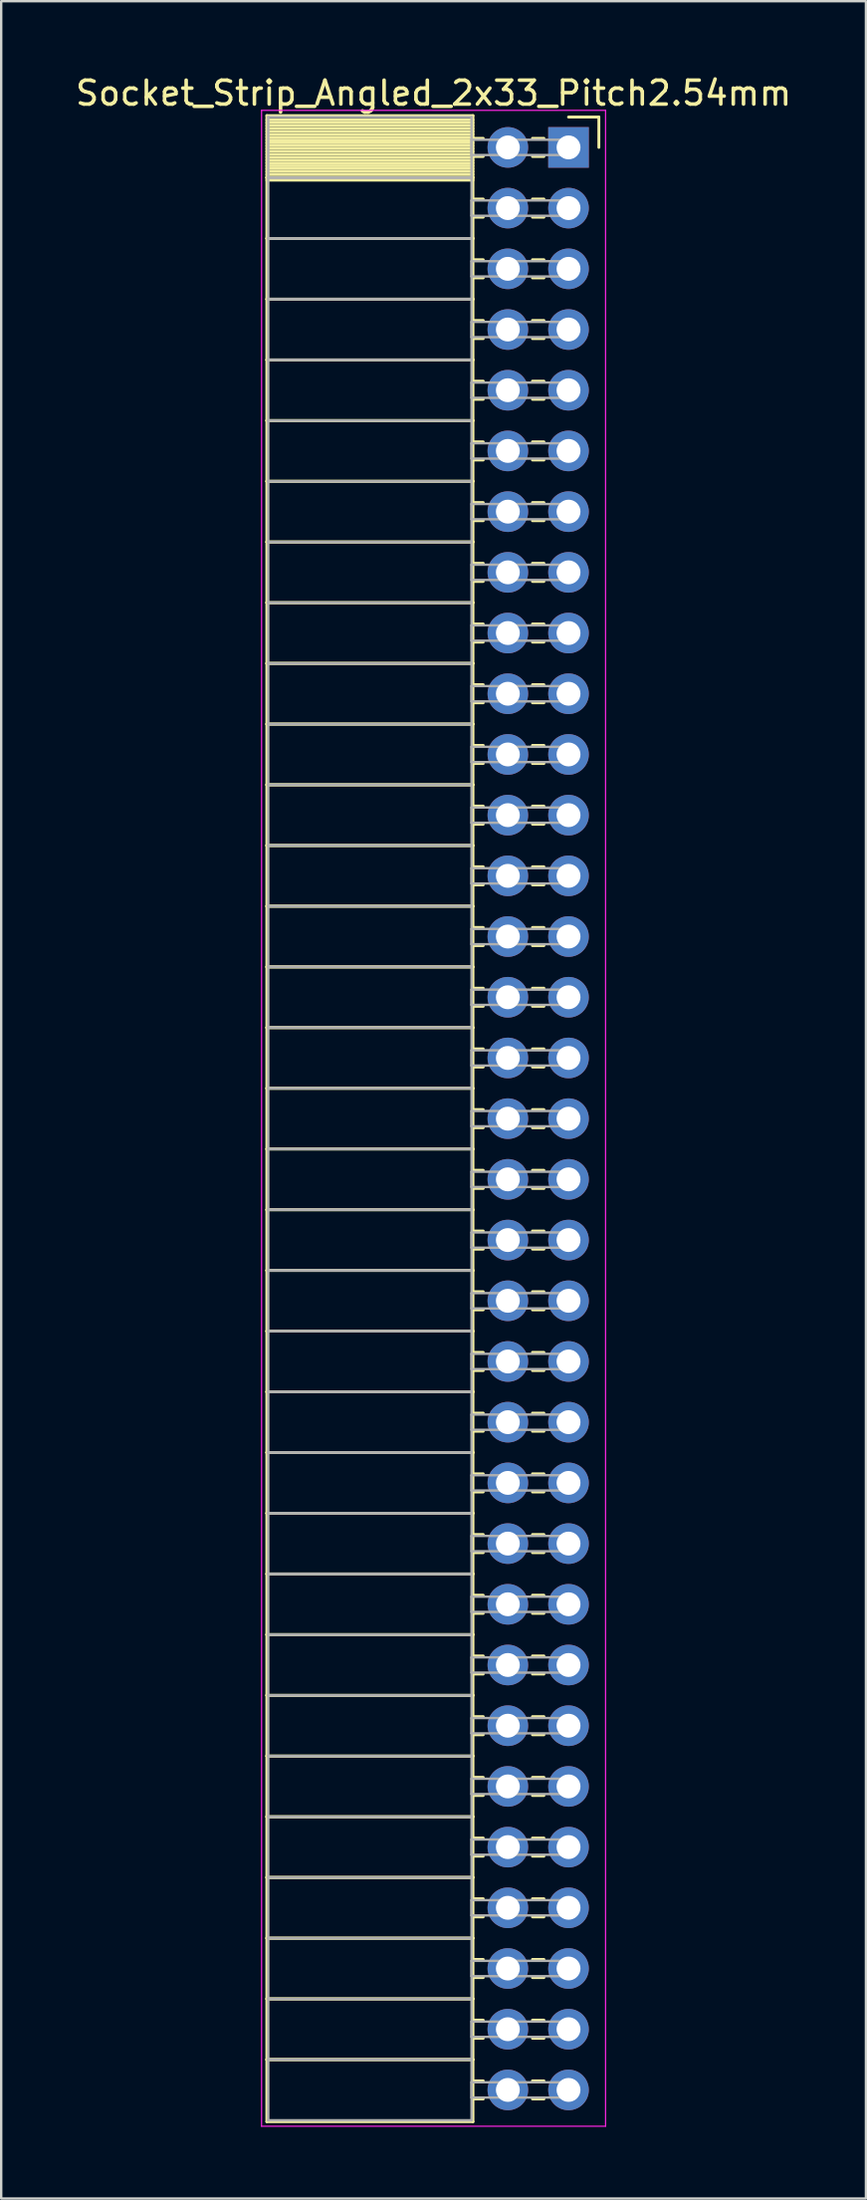
<source format=kicad_pcb>
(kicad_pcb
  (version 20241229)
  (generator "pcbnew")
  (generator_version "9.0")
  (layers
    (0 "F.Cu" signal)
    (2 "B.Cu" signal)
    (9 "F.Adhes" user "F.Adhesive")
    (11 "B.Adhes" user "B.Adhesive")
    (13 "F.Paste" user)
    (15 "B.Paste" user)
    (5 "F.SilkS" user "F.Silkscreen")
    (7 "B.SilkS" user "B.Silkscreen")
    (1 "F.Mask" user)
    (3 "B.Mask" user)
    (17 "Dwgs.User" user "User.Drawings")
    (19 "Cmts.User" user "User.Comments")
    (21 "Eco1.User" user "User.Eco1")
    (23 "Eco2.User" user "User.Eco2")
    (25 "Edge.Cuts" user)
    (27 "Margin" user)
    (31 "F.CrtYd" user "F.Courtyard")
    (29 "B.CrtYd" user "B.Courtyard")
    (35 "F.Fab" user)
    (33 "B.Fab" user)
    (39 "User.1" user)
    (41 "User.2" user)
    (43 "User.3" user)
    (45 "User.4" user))
  (footprint "Socket_Strip_Angled_2x33_Pitch2.54mm"
    (layer "F.Cu")
    (at 20.751 3.118)
    (property "Reference" "Socket_Strip_Angled_2x33_Pitch2.54mm" (at -5.65 -2.27 0) (layer "F.SilkS") (effects (font (size 1 1) (thickness 0.15))))
    (attr through_hole)
    (fp_line (start -12.63 -1.33) (end -4 -1.33) (stroke (width 0.12) (type solid)) (layer "F.SilkS"))
    (fp_line (start -12.63 1.27) (end -12.63 -1.33) (stroke (width 0.12) (type solid)) (layer "F.SilkS"))
    (fp_line (start -12.63 1.27) (end -4 1.27) (stroke (width 0.12) (type solid)) (layer "F.SilkS"))
    (fp_line (start -12.63 3.81) (end -12.63 1.27) (stroke (width 0.12) (type solid)) (layer "F.SilkS"))
    (fp_line (start -12.63 3.81) (end -4 3.81) (stroke (width 0.12) (type solid)) (layer "F.SilkS"))
    (fp_line (start -12.63 6.35) (end -12.63 3.81) (stroke (width 0.12) (type solid)) (layer "F.SilkS"))
    (fp_line (start -12.63 6.35) (end -4 6.35) (stroke (width 0.12) (type solid)) (layer "F.SilkS"))
    (fp_line (start -12.63 8.89) (end -12.63 6.35) (stroke (width 0.12) (type solid)) (layer "F.SilkS"))
    (fp_line (start -12.63 8.89) (end -4 8.89) (stroke (width 0.12) (type solid)) (layer "F.SilkS"))
    (fp_line (start -12.63 11.43) (end -12.63 8.89) (stroke (width 0.12) (type solid)) (layer "F.SilkS"))
    (fp_line (start -12.63 11.43) (end -4 11.43) (stroke (width 0.12) (type solid)) (layer "F.SilkS"))
    (fp_line (start -12.63 13.97) (end -12.63 11.43) (stroke (width 0.12) (type solid)) (layer "F.SilkS"))
    (fp_line (start -12.63 13.97) (end -4 13.97) (stroke (width 0.12) (type solid)) (layer "F.SilkS"))
    (fp_line (start -12.63 16.51) (end -12.63 13.97) (stroke (width 0.12) (type solid)) (layer "F.SilkS"))
    (fp_line (start -12.63 16.51) (end -4 16.51) (stroke (width 0.12) (type solid)) (layer "F.SilkS"))
    (fp_line (start -12.63 19.05) (end -12.63 16.51) (stroke (width 0.12) (type solid)) (layer "F.SilkS"))
    (fp_line (start -12.63 19.05) (end -4 19.05) (stroke (width 0.12) (type solid)) (layer "F.SilkS"))
    (fp_line (start -12.63 21.59) (end -12.63 19.05) (stroke (width 0.12) (type solid)) (layer "F.SilkS"))
    (fp_line (start -12.63 21.59) (end -4 21.59) (stroke (width 0.12) (type solid)) (layer "F.SilkS"))
    (fp_line (start -12.63 24.13) (end -12.63 21.59) (stroke (width 0.12) (type solid)) (layer "F.SilkS"))
    (fp_line (start -12.63 24.13) (end -4 24.13) (stroke (width 0.12) (type solid)) (layer "F.SilkS"))
    (fp_line (start -12.63 26.67) (end -12.63 24.13) (stroke (width 0.12) (type solid)) (layer "F.SilkS"))
    (fp_line (start -12.63 26.67) (end -4 26.67) (stroke (width 0.12) (type solid)) (layer "F.SilkS"))
    (fp_line (start -12.63 29.21) (end -12.63 26.67) (stroke (width 0.12) (type solid)) (layer "F.SilkS"))
    (fp_line (start -12.63 29.21) (end -4 29.21) (stroke (width 0.12) (type solid)) (layer "F.SilkS"))
    (fp_line (start -12.63 31.75) (end -12.63 29.21) (stroke (width 0.12) (type solid)) (layer "F.SilkS"))
    (fp_line (start -12.63 31.75) (end -4 31.75) (stroke (width 0.12) (type solid)) (layer "F.SilkS"))
    (fp_line (start -12.63 34.29) (end -12.63 31.75) (stroke (width 0.12) (type solid)) (layer "F.SilkS"))
    (fp_line (start -12.63 34.29) (end -4 34.29) (stroke (width 0.12) (type solid)) (layer "F.SilkS"))
    (fp_line (start -12.63 36.83) (end -12.63 34.29) (stroke (width 0.12) (type solid)) (layer "F.SilkS"))
    (fp_line (start -12.63 36.83) (end -4 36.83) (stroke (width 0.12) (type solid)) (layer "F.SilkS"))
    (fp_line (start -12.63 39.37) (end -12.63 36.83) (stroke (width 0.12) (type solid)) (layer "F.SilkS"))
    (fp_line (start -12.63 39.37) (end -4 39.37) (stroke (width 0.12) (type solid)) (layer "F.SilkS"))
    (fp_line (start -12.63 41.91) (end -12.63 39.37) (stroke (width 0.12) (type solid)) (layer "F.SilkS"))
    (fp_line (start -12.63 41.91) (end -4 41.91) (stroke (width 0.12) (type solid)) (layer "F.SilkS"))
    (fp_line (start -12.63 44.45) (end -12.63 41.91) (stroke (width 0.12) (type solid)) (layer "F.SilkS"))
    (fp_line (start -12.63 44.45) (end -4 44.45) (stroke (width 0.12) (type solid)) (layer "F.SilkS"))
    (fp_line (start -12.63 46.99) (end -12.63 44.45) (stroke (width 0.12) (type solid)) (layer "F.SilkS"))
    (fp_line (start -12.63 46.99) (end -4 46.99) (stroke (width 0.12) (type solid)) (layer "F.SilkS"))
    (fp_line (start -12.63 49.53) (end -12.63 46.99) (stroke (width 0.12) (type solid)) (layer "F.SilkS"))
    (fp_line (start -12.63 49.53) (end -4 49.53) (stroke (width 0.12) (type solid)) (layer "F.SilkS"))
    (fp_line (start -12.63 52.07) (end -12.63 49.53) (stroke (width 0.12) (type solid)) (layer "F.SilkS"))
    (fp_line (start -12.63 52.07) (end -4 52.07) (stroke (width 0.12) (type solid)) (layer "F.SilkS"))
    (fp_line (start -12.63 54.61) (end -12.63 52.07) (stroke (width 0.12) (type solid)) (layer "F.SilkS"))
    (fp_line (start -12.63 54.61) (end -4 54.61) (stroke (width 0.12) (type solid)) (layer "F.SilkS"))
    (fp_line (start -12.63 57.15) (end -12.63 54.61) (stroke (width 0.12) (type solid)) (layer "F.SilkS"))
    (fp_line (start -12.63 57.15) (end -4 57.15) (stroke (width 0.12) (type solid)) (layer "F.SilkS"))
    (fp_line (start -12.63 59.69) (end -12.63 57.15) (stroke (width 0.12) (type solid)) (layer "F.SilkS"))
    (fp_line (start -12.63 59.69) (end -4 59.69) (stroke (width 0.12) (type solid)) (layer "F.SilkS"))
    (fp_line (start -12.63 62.23) (end -12.63 59.69) (stroke (width 0.12) (type solid)) (layer "F.SilkS"))
    (fp_line (start -12.63 62.23) (end -4 62.23) (stroke (width 0.12) (type solid)) (layer "F.SilkS"))
    (fp_line (start -12.63 64.77) (end -12.63 62.23) (stroke (width 0.12) (type solid)) (layer "F.SilkS"))
    (fp_line (start -12.63 64.77) (end -4 64.77) (stroke (width 0.12) (type solid)) (layer "F.SilkS"))
    (fp_line (start -12.63 67.31) (end -12.63 64.77) (stroke (width 0.12) (type solid)) (layer "F.SilkS"))
    (fp_line (start -12.63 67.31) (end -4 67.31) (stroke (width 0.12) (type solid)) (layer "F.SilkS"))
    (fp_line (start -12.63 69.85) (end -12.63 67.31) (stroke (width 0.12) (type solid)) (layer "F.SilkS"))
    (fp_line (start -12.63 69.85) (end -4 69.85) (stroke (width 0.12) (type solid)) (layer "F.SilkS"))
    (fp_line (start -12.63 72.39) (end -12.63 69.85) (stroke (width 0.12) (type solid)) (layer "F.SilkS"))
    (fp_line (start -12.63 72.39) (end -4 72.39) (stroke (width 0.12) (type solid)) (layer "F.SilkS"))
    (fp_line (start -12.63 74.93) (end -12.63 72.39) (stroke (width 0.12) (type solid)) (layer "F.SilkS"))
    (fp_line (start -12.63 74.93) (end -4 74.93) (stroke (width 0.12) (type solid)) (layer "F.SilkS"))
    (fp_line (start -12.63 77.47) (end -12.63 74.93) (stroke (width 0.12) (type solid)) (layer "F.SilkS"))
    (fp_line (start -12.63 77.47) (end -4 77.47) (stroke (width 0.12) (type solid)) (layer "F.SilkS"))
    (fp_line (start -12.63 80.01) (end -12.63 77.47) (stroke (width 0.12) (type solid)) (layer "F.SilkS"))
    (fp_line (start -12.63 80.01) (end -4 80.01) (stroke (width 0.12) (type solid)) (layer "F.SilkS"))
    (fp_line (start -12.63 82.61) (end -12.63 80.01) (stroke (width 0.12) (type solid)) (layer "F.SilkS"))
    (fp_line (start -4 -1.33) (end -4 1.27) (stroke (width 0.12) (type solid)) (layer "F.SilkS"))
    (fp_line (start -4 -1.15) (end -12.63 -1.15) (stroke (width 0.12) (type solid)) (layer "F.SilkS"))
    (fp_line (start -4 -1.03) (end -12.63 -1.03) (stroke (width 0.12) (type solid)) (layer "F.SilkS"))
    (fp_line (start -4 -0.91) (end -12.63 -0.91) (stroke (width 0.12) (type solid)) (layer "F.SilkS"))
    (fp_line (start -4 -0.79) (end -12.63 -0.79) (stroke (width 0.12) (type solid)) (layer "F.SilkS"))
    (fp_line (start -4 -0.67) (end -12.63 -0.67) (stroke (width 0.12) (type solid)) (layer "F.SilkS"))
    (fp_line (start -4 -0.55) (end -12.63 -0.55) (stroke (width 0.12) (type solid)) (layer "F.SilkS"))
    (fp_line (start -4 -0.43) (end -12.63 -0.43) (stroke (width 0.12) (type solid)) (layer "F.SilkS"))
    (fp_line (start -4 -0.31) (end -12.63 -0.31) (stroke (width 0.12) (type solid)) (layer "F.SilkS"))
    (fp_line (start -4 -0.19) (end -12.63 -0.19) (stroke (width 0.12) (type solid)) (layer "F.SilkS"))
    (fp_line (start -4 -0.07) (end -12.63 -0.07) (stroke (width 0.12) (type solid)) (layer "F.SilkS"))
    (fp_line (start -4 0.05) (end -12.63 0.05) (stroke (width 0.12) (type solid)) (layer "F.SilkS"))
    (fp_line (start -4 0.17) (end -12.63 0.17) (stroke (width 0.12) (type solid)) (layer "F.SilkS"))
    (fp_line (start -4 0.29) (end -12.63 0.29) (stroke (width 0.12) (type solid)) (layer "F.SilkS"))
    (fp_line (start -4 0.41) (end -12.63 0.41) (stroke (width 0.12) (type solid)) (layer "F.SilkS"))
    (fp_line (start -4 0.53) (end -12.63 0.53) (stroke (width 0.12) (type solid)) (layer "F.SilkS"))
    (fp_line (start -4 0.65) (end -12.63 0.65) (stroke (width 0.12) (type solid)) (layer "F.SilkS"))
    (fp_line (start -4 0.77) (end -12.63 0.77) (stroke (width 0.12) (type solid)) (layer "F.SilkS"))
    (fp_line (start -4 0.89) (end -12.63 0.89) (stroke (width 0.12) (type solid)) (layer "F.SilkS"))
    (fp_line (start -4 1.01) (end -12.63 1.01) (stroke (width 0.12) (type solid)) (layer "F.SilkS"))
    (fp_line (start -4 1.13) (end -12.63 1.13) (stroke (width 0.12) (type solid)) (layer "F.SilkS"))
    (fp_line (start -4 1.25) (end -12.63 1.25) (stroke (width 0.12) (type solid)) (layer "F.SilkS"))
    (fp_line (start -4 1.27) (end -12.63 1.27) (stroke (width 0.12) (type solid)) (layer "F.SilkS"))
    (fp_line (start -4 1.27) (end -4 3.81) (stroke (width 0.12) (type solid)) (layer "F.SilkS"))
    (fp_line (start -4 1.37) (end -12.63 1.37) (stroke (width 0.12) (type solid)) (layer "F.SilkS"))
    (fp_line (start -4 3.81) (end -12.63 3.81) (stroke (width 0.12) (type solid)) (layer "F.SilkS"))
    (fp_line (start -4 3.81) (end -4 6.35) (stroke (width 0.12) (type solid)) (layer "F.SilkS"))
    (fp_line (start -4 6.35) (end -12.63 6.35) (stroke (width 0.12) (type solid)) (layer "F.SilkS"))
    (fp_line (start -4 6.35) (end -4 8.89) (stroke (width 0.12) (type solid)) (layer "F.SilkS"))
    (fp_line (start -4 8.89) (end -12.63 8.89) (stroke (width 0.12) (type solid)) (layer "F.SilkS"))
    (fp_line (start -4 8.89) (end -4 11.43) (stroke (width 0.12) (type solid)) (layer "F.SilkS"))
    (fp_line (start -4 11.43) (end -12.63 11.43) (stroke (width 0.12) (type solid)) (layer "F.SilkS"))
    (fp_line (start -4 11.43) (end -4 13.97) (stroke (width 0.12) (type solid)) (layer "F.SilkS"))
    (fp_line (start -4 13.97) (end -12.63 13.97) (stroke (width 0.12) (type solid)) (layer "F.SilkS"))
    (fp_line (start -4 13.97) (end -4 16.51) (stroke (width 0.12) (type solid)) (layer "F.SilkS"))
    (fp_line (start -4 16.51) (end -12.63 16.51) (stroke (width 0.12) (type solid)) (layer "F.SilkS"))
    (fp_line (start -4 16.51) (end -4 19.05) (stroke (width 0.12) (type solid)) (layer "F.SilkS"))
    (fp_line (start -4 19.05) (end -12.63 19.05) (stroke (width 0.12) (type solid)) (layer "F.SilkS"))
    (fp_line (start -4 19.05) (end -4 21.59) (stroke (width 0.12) (type solid)) (layer "F.SilkS"))
    (fp_line (start -4 21.59) (end -12.63 21.59) (stroke (width 0.12) (type solid)) (layer "F.SilkS"))
    (fp_line (start -4 21.59) (end -4 24.13) (stroke (width 0.12) (type solid)) (layer "F.SilkS"))
    (fp_line (start -4 24.13) (end -12.63 24.13) (stroke (width 0.12) (type solid)) (layer "F.SilkS"))
    (fp_line (start -4 24.13) (end -4 26.67) (stroke (width 0.12) (type solid)) (layer "F.SilkS"))
    (fp_line (start -4 26.67) (end -12.63 26.67) (stroke (width 0.12) (type solid)) (layer "F.SilkS"))
    (fp_line (start -4 26.67) (end -4 29.21) (stroke (width 0.12) (type solid)) (layer "F.SilkS"))
    (fp_line (start -4 29.21) (end -12.63 29.21) (stroke (width 0.12) (type solid)) (layer "F.SilkS"))
    (fp_line (start -4 29.21) (end -4 31.75) (stroke (width 0.12) (type solid)) (layer "F.SilkS"))
    (fp_line (start -4 31.75) (end -12.63 31.75) (stroke (width 0.12) (type solid)) (layer "F.SilkS"))
    (fp_line (start -4 31.75) (end -4 34.29) (stroke (width 0.12) (type solid)) (layer "F.SilkS"))
    (fp_line (start -4 34.29) (end -12.63 34.29) (stroke (width 0.12) (type solid)) (layer "F.SilkS"))
    (fp_line (start -4 34.29) (end -4 36.83) (stroke (width 0.12) (type solid)) (layer "F.SilkS"))
    (fp_line (start -4 36.83) (end -12.63 36.83) (stroke (width 0.12) (type solid)) (layer "F.SilkS"))
    (fp_line (start -4 36.83) (end -4 39.37) (stroke (width 0.12) (type solid)) (layer "F.SilkS"))
    (fp_line (start -4 39.37) (end -12.63 39.37) (stroke (width 0.12) (type solid)) (layer "F.SilkS"))
    (fp_line (start -4 39.37) (end -4 41.91) (stroke (width 0.12) (type solid)) (layer "F.SilkS"))
    (fp_line (start -4 41.91) (end -12.63 41.91) (stroke (width 0.12) (type solid)) (layer "F.SilkS"))
    (fp_line (start -4 41.91) (end -4 44.45) (stroke (width 0.12) (type solid)) (layer "F.SilkS"))
    (fp_line (start -4 44.45) (end -12.63 44.45) (stroke (width 0.12) (type solid)) (layer "F.SilkS"))
    (fp_line (start -4 44.45) (end -4 46.99) (stroke (width 0.12) (type solid)) (layer "F.SilkS"))
    (fp_line (start -4 46.99) (end -12.63 46.99) (stroke (width 0.12) (type solid)) (layer "F.SilkS"))
    (fp_line (start -4 46.99) (end -4 49.53) (stroke (width 0.12) (type solid)) (layer "F.SilkS"))
    (fp_line (start -4 49.53) (end -12.63 49.53) (stroke (width 0.12) (type solid)) (layer "F.SilkS"))
    (fp_line (start -4 49.53) (end -4 52.07) (stroke (width 0.12) (type solid)) (layer "F.SilkS"))
    (fp_line (start -4 52.07) (end -12.63 52.07) (stroke (width 0.12) (type solid)) (layer "F.SilkS"))
    (fp_line (start -4 52.07) (end -4 54.61) (stroke (width 0.12) (type solid)) (layer "F.SilkS"))
    (fp_line (start -4 54.61) (end -12.63 54.61) (stroke (width 0.12) (type solid)) (layer "F.SilkS"))
    (fp_line (start -4 54.61) (end -4 57.15) (stroke (width 0.12) (type solid)) (layer "F.SilkS"))
    (fp_line (start -4 57.15) (end -12.63 57.15) (stroke (width 0.12) (type solid)) (layer "F.SilkS"))
    (fp_line (start -4 57.15) (end -4 59.69) (stroke (width 0.12) (type solid)) (layer "F.SilkS"))
    (fp_line (start -4 59.69) (end -12.63 59.69) (stroke (width 0.12) (type solid)) (layer "F.SilkS"))
    (fp_line (start -4 59.69) (end -4 62.23) (stroke (width 0.12) (type solid)) (layer "F.SilkS"))
    (fp_line (start -4 62.23) (end -12.63 62.23) (stroke (width 0.12) (type solid)) (layer "F.SilkS"))
    (fp_line (start -4 62.23) (end -4 64.77) (stroke (width 0.12) (type solid)) (layer "F.SilkS"))
    (fp_line (start -4 64.77) (end -12.63 64.77) (stroke (width 0.12) (type solid)) (layer "F.SilkS"))
    (fp_line (start -4 64.77) (end -4 67.31) (stroke (width 0.12) (type solid)) (layer "F.SilkS"))
    (fp_line (start -4 67.31) (end -12.63 67.31) (stroke (width 0.12) (type solid)) (layer "F.SilkS"))
    (fp_line (start -4 67.31) (end -4 69.85) (stroke (width 0.12) (type solid)) (layer "F.SilkS"))
    (fp_line (start -4 69.85) (end -12.63 69.85) (stroke (width 0.12) (type solid)) (layer "F.SilkS"))
    (fp_line (start -4 69.85) (end -4 72.39) (stroke (width 0.12) (type solid)) (layer "F.SilkS"))
    (fp_line (start -4 72.39) (end -12.63 72.39) (stroke (width 0.12) (type solid)) (layer "F.SilkS"))
    (fp_line (start -4 72.39) (end -4 74.93) (stroke (width 0.12) (type solid)) (layer "F.SilkS"))
    (fp_line (start -4 74.93) (end -12.63 74.93) (stroke (width 0.12) (type solid)) (layer "F.SilkS"))
    (fp_line (start -4 74.93) (end -4 77.47) (stroke (width 0.12) (type solid)) (layer "F.SilkS"))
    (fp_line (start -4 77.47) (end -12.63 77.47) (stroke (width 0.12) (type solid)) (layer "F.SilkS"))
    (fp_line (start -4 77.47) (end -4 80.01) (stroke (width 0.12) (type solid)) (layer "F.SilkS"))
    (fp_line (start -4 80.01) (end -12.63 80.01) (stroke (width 0.12) (type solid)) (layer "F.SilkS"))
    (fp_line (start -4 80.01) (end -4 82.61) (stroke (width 0.12) (type solid)) (layer "F.SilkS"))
    (fp_line (start -4 82.61) (end -12.63 82.61) (stroke (width 0.12) (type solid)) (layer "F.SilkS"))
    (fp_line (start -3.57 -0.38) (end -4 -0.38) (stroke (width 0.12) (type solid)) (layer "F.SilkS"))
    (fp_line (start -3.57 0.38) (end -4 0.38) (stroke (width 0.12) (type solid)) (layer "F.SilkS"))
    (fp_line (start -3.57 2.16) (end -4 2.16) (stroke (width 0.12) (type solid)) (layer "F.SilkS"))
    (fp_line (start -3.57 2.92) (end -4 2.92) (stroke (width 0.12) (type solid)) (layer "F.SilkS"))
    (fp_line (start -3.57 4.7) (end -4 4.7) (stroke (width 0.12) (type solid)) (layer "F.SilkS"))
    (fp_line (start -3.57 5.46) (end -4 5.46) (stroke (width 0.12) (type solid)) (layer "F.SilkS"))
    (fp_line (start -3.57 7.24) (end -4 7.24) (stroke (width 0.12) (type solid)) (layer "F.SilkS"))
    (fp_line (start -3.57 8) (end -4 8) (stroke (width 0.12) (type solid)) (layer "F.SilkS"))
    (fp_line (start -3.57 9.78) (end -4 9.78) (stroke (width 0.12) (type solid)) (layer "F.SilkS"))
    (fp_line (start -3.57 10.54) (end -4 10.54) (stroke (width 0.12) (type solid)) (layer "F.SilkS"))
    (fp_line (start -3.57 12.32) (end -4 12.32) (stroke (width 0.12) (type solid)) (layer "F.SilkS"))
    (fp_line (start -3.57 13.08) (end -4 13.08) (stroke (width 0.12) (type solid)) (layer "F.SilkS"))
    (fp_line (start -3.57 14.86) (end -4 14.86) (stroke (width 0.12) (type solid)) (layer "F.SilkS"))
    (fp_line (start -3.57 15.62) (end -4 15.62) (stroke (width 0.12) (type solid)) (layer "F.SilkS"))
    (fp_line (start -3.57 17.4) (end -4 17.4) (stroke (width 0.12) (type solid)) (layer "F.SilkS"))
    (fp_line (start -3.57 18.16) (end -4 18.16) (stroke (width 0.12) (type solid)) (layer "F.SilkS"))
    (fp_line (start -3.57 19.94) (end -4 19.94) (stroke (width 0.12) (type solid)) (layer "F.SilkS"))
    (fp_line (start -3.57 20.7) (end -4 20.7) (stroke (width 0.12) (type solid)) (layer "F.SilkS"))
    (fp_line (start -3.57 22.48) (end -4 22.48) (stroke (width 0.12) (type solid)) (layer "F.SilkS"))
    (fp_line (start -3.57 23.24) (end -4 23.24) (stroke (width 0.12) (type solid)) (layer "F.SilkS"))
    (fp_line (start -3.57 25.02) (end -4 25.02) (stroke (width 0.12) (type solid)) (layer "F.SilkS"))
    (fp_line (start -3.57 25.78) (end -4 25.78) (stroke (width 0.12) (type solid)) (layer "F.SilkS"))
    (fp_line (start -3.57 27.56) (end -4 27.56) (stroke (width 0.12) (type solid)) (layer "F.SilkS"))
    (fp_line (start -3.57 28.32) (end -4 28.32) (stroke (width 0.12) (type solid)) (layer "F.SilkS"))
    (fp_line (start -3.57 30.1) (end -4 30.1) (stroke (width 0.12) (type solid)) (layer "F.SilkS"))
    (fp_line (start -3.57 30.86) (end -4 30.86) (stroke (width 0.12) (type solid)) (layer "F.SilkS"))
    (fp_line (start -3.57 32.64) (end -4 32.64) (stroke (width 0.12) (type solid)) (layer "F.SilkS"))
    (fp_line (start -3.57 33.4) (end -4 33.4) (stroke (width 0.12) (type solid)) (layer "F.SilkS"))
    (fp_line (start -3.57 35.18) (end -4 35.18) (stroke (width 0.12) (type solid)) (layer "F.SilkS"))
    (fp_line (start -3.57 35.94) (end -4 35.94) (stroke (width 0.12) (type solid)) (layer "F.SilkS"))
    (fp_line (start -3.57 37.72) (end -4 37.72) (stroke (width 0.12) (type solid)) (layer "F.SilkS"))
    (fp_line (start -3.57 38.48) (end -4 38.48) (stroke (width 0.12) (type solid)) (layer "F.SilkS"))
    (fp_line (start -3.57 40.26) (end -4 40.26) (stroke (width 0.12) (type solid)) (layer "F.SilkS"))
    (fp_line (start -3.57 41.02) (end -4 41.02) (stroke (width 0.12) (type solid)) (layer "F.SilkS"))
    (fp_line (start -3.57 42.8) (end -4 42.8) (stroke (width 0.12) (type solid)) (layer "F.SilkS"))
    (fp_line (start -3.57 43.56) (end -4 43.56) (stroke (width 0.12) (type solid)) (layer "F.SilkS"))
    (fp_line (start -3.57 45.34) (end -4 45.34) (stroke (width 0.12) (type solid)) (layer "F.SilkS"))
    (fp_line (start -3.57 46.1) (end -4 46.1) (stroke (width 0.12) (type solid)) (layer "F.SilkS"))
    (fp_line (start -3.57 47.88) (end -4 47.88) (stroke (width 0.12) (type solid)) (layer "F.SilkS"))
    (fp_line (start -3.57 48.64) (end -4 48.64) (stroke (width 0.12) (type solid)) (layer "F.SilkS"))
    (fp_line (start -3.57 50.42) (end -4 50.42) (stroke (width 0.12) (type solid)) (layer "F.SilkS"))
    (fp_line (start -3.57 51.18) (end -4 51.18) (stroke (width 0.12) (type solid)) (layer "F.SilkS"))
    (fp_line (start -3.57 52.96) (end -4 52.96) (stroke (width 0.12) (type solid)) (layer "F.SilkS"))
    (fp_line (start -3.57 53.72) (end -4 53.72) (stroke (width 0.12) (type solid)) (layer "F.SilkS"))
    (fp_line (start -3.57 55.5) (end -4 55.5) (stroke (width 0.12) (type solid)) (layer "F.SilkS"))
    (fp_line (start -3.57 56.26) (end -4 56.26) (stroke (width 0.12) (type solid)) (layer "F.SilkS"))
    (fp_line (start -3.57 58.04) (end -4 58.04) (stroke (width 0.12) (type solid)) (layer "F.SilkS"))
    (fp_line (start -3.57 58.8) (end -4 58.8) (stroke (width 0.12) (type solid)) (layer "F.SilkS"))
    (fp_line (start -3.57 60.58) (end -4 60.58) (stroke (width 0.12) (type solid)) (layer "F.SilkS"))
    (fp_line (start -3.57 61.34) (end -4 61.34) (stroke (width 0.12) (type solid)) (layer "F.SilkS"))
    (fp_line (start -3.57 63.12) (end -4 63.12) (stroke (width 0.12) (type solid)) (layer "F.SilkS"))
    (fp_line (start -3.57 63.88) (end -4 63.88) (stroke (width 0.12) (type solid)) (layer "F.SilkS"))
    (fp_line (start -3.57 65.66) (end -4 65.66) (stroke (width 0.12) (type solid)) (layer "F.SilkS"))
    (fp_line (start -3.57 66.42) (end -4 66.42) (stroke (width 0.12) (type solid)) (layer "F.SilkS"))
    (fp_line (start -3.57 68.2) (end -4 68.2) (stroke (width 0.12) (type solid)) (layer "F.SilkS"))
    (fp_line (start -3.57 68.96) (end -4 68.96) (stroke (width 0.12) (type solid)) (layer "F.SilkS"))
    (fp_line (start -3.57 70.74) (end -4 70.74) (stroke (width 0.12) (type solid)) (layer "F.SilkS"))
    (fp_line (start -3.57 71.5) (end -4 71.5) (stroke (width 0.12) (type solid)) (layer "F.SilkS"))
    (fp_line (start -3.57 73.28) (end -4 73.28) (stroke (width 0.12) (type solid)) (layer "F.SilkS"))
    (fp_line (start -3.57 74.04) (end -4 74.04) (stroke (width 0.12) (type solid)) (layer "F.SilkS"))
    (fp_line (start -3.57 75.82) (end -4 75.82) (stroke (width 0.12) (type solid)) (layer "F.SilkS"))
    (fp_line (start -3.57 76.58) (end -4 76.58) (stroke (width 0.12) (type solid)) (layer "F.SilkS"))
    (fp_line (start -3.57 78.36) (end -4 78.36) (stroke (width 0.12) (type solid)) (layer "F.SilkS"))
    (fp_line (start -3.57 79.12) (end -4 79.12) (stroke (width 0.12) (type solid)) (layer "F.SilkS"))
    (fp_line (start -3.57 80.9) (end -4 80.9) (stroke (width 0.12) (type solid)) (layer "F.SilkS"))
    (fp_line (start -3.57 81.66) (end -4 81.66) (stroke (width 0.12) (type solid)) (layer "F.SilkS"))
    (fp_line (start -1.03 -0.38) (end -1.51 -0.38) (stroke (width 0.12) (type solid)) (layer "F.SilkS"))
    (fp_line (start -1.03 0.38) (end -1.51 0.38) (stroke (width 0.12) (type solid)) (layer "F.SilkS"))
    (fp_line (start -1.03 2.16) (end -1.51 2.16) (stroke (width 0.12) (type solid)) (layer "F.SilkS"))
    (fp_line (start -1.03 2.92) (end -1.51 2.92) (stroke (width 0.12) (type solid)) (layer "F.SilkS"))
    (fp_line (start -1.03 4.7) (end -1.51 4.7) (stroke (width 0.12) (type solid)) (layer "F.SilkS"))
    (fp_line (start -1.03 5.46) (end -1.51 5.46) (stroke (width 0.12) (type solid)) (layer "F.SilkS"))
    (fp_line (start -1.03 7.24) (end -1.51 7.24) (stroke (width 0.12) (type solid)) (layer "F.SilkS"))
    (fp_line (start -1.03 8) (end -1.51 8) (stroke (width 0.12) (type solid)) (layer "F.SilkS"))
    (fp_line (start -1.03 9.78) (end -1.51 9.78) (stroke (width 0.12) (type solid)) (layer "F.SilkS"))
    (fp_line (start -1.03 10.54) (end -1.51 10.54) (stroke (width 0.12) (type solid)) (layer "F.SilkS"))
    (fp_line (start -1.03 12.32) (end -1.51 12.32) (stroke (width 0.12) (type solid)) (layer "F.SilkS"))
    (fp_line (start -1.03 13.08) (end -1.51 13.08) (stroke (width 0.12) (type solid)) (layer "F.SilkS"))
    (fp_line (start -1.03 14.86) (end -1.51 14.86) (stroke (width 0.12) (type solid)) (layer "F.SilkS"))
    (fp_line (start -1.03 15.62) (end -1.51 15.62) (stroke (width 0.12) (type solid)) (layer "F.SilkS"))
    (fp_line (start -1.03 17.4) (end -1.51 17.4) (stroke (width 0.12) (type solid)) (layer "F.SilkS"))
    (fp_line (start -1.03 18.16) (end -1.51 18.16) (stroke (width 0.12) (type solid)) (layer "F.SilkS"))
    (fp_line (start -1.03 19.94) (end -1.51 19.94) (stroke (width 0.12) (type solid)) (layer "F.SilkS"))
    (fp_line (start -1.03 20.7) (end -1.51 20.7) (stroke (width 0.12) (type solid)) (layer "F.SilkS"))
    (fp_line (start -1.03 22.48) (end -1.51 22.48) (stroke (width 0.12) (type solid)) (layer "F.SilkS"))
    (fp_line (start -1.03 23.24) (end -1.51 23.24) (stroke (width 0.12) (type solid)) (layer "F.SilkS"))
    (fp_line (start -1.03 25.02) (end -1.51 25.02) (stroke (width 0.12) (type solid)) (layer "F.SilkS"))
    (fp_line (start -1.03 25.78) (end -1.51 25.78) (stroke (width 0.12) (type solid)) (layer "F.SilkS"))
    (fp_line (start -1.03 27.56) (end -1.51 27.56) (stroke (width 0.12) (type solid)) (layer "F.SilkS"))
    (fp_line (start -1.03 28.32) (end -1.51 28.32) (stroke (width 0.12) (type solid)) (layer "F.SilkS"))
    (fp_line (start -1.03 30.1) (end -1.51 30.1) (stroke (width 0.12) (type solid)) (layer "F.SilkS"))
    (fp_line (start -1.03 30.86) (end -1.51 30.86) (stroke (width 0.12) (type solid)) (layer "F.SilkS"))
    (fp_line (start -1.03 32.64) (end -1.51 32.64) (stroke (width 0.12) (type solid)) (layer "F.SilkS"))
    (fp_line (start -1.03 33.4) (end -1.51 33.4) (stroke (width 0.12) (type solid)) (layer "F.SilkS"))
    (fp_line (start -1.03 35.18) (end -1.51 35.18) (stroke (width 0.12) (type solid)) (layer "F.SilkS"))
    (fp_line (start -1.03 35.94) (end -1.51 35.94) (stroke (width 0.12) (type solid)) (layer "F.SilkS"))
    (fp_line (start -1.03 37.72) (end -1.51 37.72) (stroke (width 0.12) (type solid)) (layer "F.SilkS"))
    (fp_line (start -1.03 38.48) (end -1.51 38.48) (stroke (width 0.12) (type solid)) (layer "F.SilkS"))
    (fp_line (start -1.03 40.26) (end -1.51 40.26) (stroke (width 0.12) (type solid)) (layer "F.SilkS"))
    (fp_line (start -1.03 41.02) (end -1.51 41.02) (stroke (width 0.12) (type solid)) (layer "F.SilkS"))
    (fp_line (start -1.03 42.8) (end -1.51 42.8) (stroke (width 0.12) (type solid)) (layer "F.SilkS"))
    (fp_line (start -1.03 43.56) (end -1.51 43.56) (stroke (width 0.12) (type solid)) (layer "F.SilkS"))
    (fp_line (start -1.03 45.34) (end -1.51 45.34) (stroke (width 0.12) (type solid)) (layer "F.SilkS"))
    (fp_line (start -1.03 46.1) (end -1.51 46.1) (stroke (width 0.12) (type solid)) (layer "F.SilkS"))
    (fp_line (start -1.03 47.88) (end -1.51 47.88) (stroke (width 0.12) (type solid)) (layer "F.SilkS"))
    (fp_line (start -1.03 48.64) (end -1.51 48.64) (stroke (width 0.12) (type solid)) (layer "F.SilkS"))
    (fp_line (start -1.03 50.42) (end -1.51 50.42) (stroke (width 0.12) (type solid)) (layer "F.SilkS"))
    (fp_line (start -1.03 51.18) (end -1.51 51.18) (stroke (width 0.12) (type solid)) (layer "F.SilkS"))
    (fp_line (start -1.03 52.96) (end -1.51 52.96) (stroke (width 0.12) (type solid)) (layer "F.SilkS"))
    (fp_line (start -1.03 53.72) (end -1.51 53.72) (stroke (width 0.12) (type solid)) (layer "F.SilkS"))
    (fp_line (start -1.03 55.5) (end -1.51 55.5) (stroke (width 0.12) (type solid)) (layer "F.SilkS"))
    (fp_line (start -1.03 56.26) (end -1.51 56.26) (stroke (width 0.12) (type solid)) (layer "F.SilkS"))
    (fp_line (start -1.03 58.04) (end -1.51 58.04) (stroke (width 0.12) (type solid)) (layer "F.SilkS"))
    (fp_line (start -1.03 58.8) (end -1.51 58.8) (stroke (width 0.12) (type solid)) (layer "F.SilkS"))
    (fp_line (start -1.03 60.58) (end -1.51 60.58) (stroke (width 0.12) (type solid)) (layer "F.SilkS"))
    (fp_line (start -1.03 61.34) (end -1.51 61.34) (stroke (width 0.12) (type solid)) (layer "F.SilkS"))
    (fp_line (start -1.03 63.12) (end -1.51 63.12) (stroke (width 0.12) (type solid)) (layer "F.SilkS"))
    (fp_line (start -1.03 63.88) (end -1.51 63.88) (stroke (width 0.12) (type solid)) (layer "F.SilkS"))
    (fp_line (start -1.03 65.66) (end -1.51 65.66) (stroke (width 0.12) (type solid)) (layer "F.SilkS"))
    (fp_line (start -1.03 66.42) (end -1.51 66.42) (stroke (width 0.12) (type solid)) (layer "F.SilkS"))
    (fp_line (start -1.03 68.2) (end -1.51 68.2) (stroke (width 0.12) (type solid)) (layer "F.SilkS"))
    (fp_line (start -1.03 68.96) (end -1.51 68.96) (stroke (width 0.12) (type solid)) (layer "F.SilkS"))
    (fp_line (start -1.03 70.74) (end -1.51 70.74) (stroke (width 0.12) (type solid)) (layer "F.SilkS"))
    (fp_line (start -1.03 71.5) (end -1.51 71.5) (stroke (width 0.12) (type solid)) (layer "F.SilkS"))
    (fp_line (start -1.03 73.28) (end -1.51 73.28) (stroke (width 0.12) (type solid)) (layer "F.SilkS"))
    (fp_line (start -1.03 74.04) (end -1.51 74.04) (stroke (width 0.12) (type solid)) (layer "F.SilkS"))
    (fp_line (start -1.03 75.82) (end -1.51 75.82) (stroke (width 0.12) (type solid)) (layer "F.SilkS"))
    (fp_line (start -1.03 76.58) (end -1.51 76.58) (stroke (width 0.12) (type solid)) (layer "F.SilkS"))
    (fp_line (start -1.03 78.36) (end -1.51 78.36) (stroke (width 0.12) (type solid)) (layer "F.SilkS"))
    (fp_line (start -1.03 79.12) (end -1.51 79.12) (stroke (width 0.12) (type solid)) (layer "F.SilkS"))
    (fp_line (start -1.03 80.9) (end -1.51 80.9) (stroke (width 0.12) (type solid)) (layer "F.SilkS"))
    (fp_line (start -1.03 81.66) (end -1.51 81.66) (stroke (width 0.12) (type solid)) (layer "F.SilkS"))
    (fp_line (start 0 -1.27) (end 1.27 -1.27) (stroke (width 0.12) (type solid)) (layer "F.SilkS"))
    (fp_line (start 1.27 -1.27) (end 1.27 0) (stroke (width 0.12) (type solid)) (layer "F.SilkS"))
    (fp_line (start -12.85 -1.55) (end 1.55 -1.55) (stroke (width 0.05) (type solid)) (layer "F.CrtYd"))
    (fp_line (start -12.85 82.8) (end -12.85 -1.55) (stroke (width 0.05) (type solid)) (layer "F.CrtYd"))
    (fp_line (start 1.55 -1.55) (end 1.55 82.8) (stroke (width 0.05) (type solid)) (layer "F.CrtYd"))
    (fp_line (start 1.55 82.8) (end -12.85 82.8) (stroke (width 0.05) (type solid)) (layer "F.CrtYd"))
    (fp_line (start -12.57 -1.27) (end -4.06 -1.27) (stroke (width 0.1) (type solid)) (layer "F.Fab"))
    (fp_line (start -12.57 1.27) (end -12.57 -1.27) (stroke (width 0.1) (type solid)) (layer "F.Fab"))
    (fp_line (start -12.57 1.27) (end -4.06 1.27) (stroke (width 0.1) (type solid)) (layer "F.Fab"))
    (fp_line (start -12.57 3.81) (end -12.57 1.27) (stroke (width 0.1) (type solid)) (layer "F.Fab"))
    (fp_line (start -12.57 3.81) (end -4.06 3.81) (stroke (width 0.1) (type solid)) (layer "F.Fab"))
    (fp_line (start -12.57 6.35) (end -12.57 3.81) (stroke (width 0.1) (type solid)) (layer "F.Fab"))
    (fp_line (start -12.57 6.35) (end -4.06 6.35) (stroke (width 0.1) (type solid)) (layer "F.Fab"))
    (fp_line (start -12.57 8.89) (end -12.57 6.35) (stroke (width 0.1) (type solid)) (layer "F.Fab"))
    (fp_line (start -12.57 8.89) (end -4.06 8.89) (stroke (width 0.1) (type solid)) (layer "F.Fab"))
    (fp_line (start -12.57 11.43) (end -12.57 8.89) (stroke (width 0.1) (type solid)) (layer "F.Fab"))
    (fp_line (start -12.57 11.43) (end -4.06 11.43) (stroke (width 0.1) (type solid)) (layer "F.Fab"))
    (fp_line (start -12.57 13.97) (end -12.57 11.43) (stroke (width 0.1) (type solid)) (layer "F.Fab"))
    (fp_line (start -12.57 13.97) (end -4.06 13.97) (stroke (width 0.1) (type solid)) (layer "F.Fab"))
    (fp_line (start -12.57 16.51) (end -12.57 13.97) (stroke (width 0.1) (type solid)) (layer "F.Fab"))
    (fp_line (start -12.57 16.51) (end -4.06 16.51) (stroke (width 0.1) (type solid)) (layer "F.Fab"))
    (fp_line (start -12.57 19.05) (end -12.57 16.51) (stroke (width 0.1) (type solid)) (layer "F.Fab"))
    (fp_line (start -12.57 19.05) (end -4.06 19.05) (stroke (width 0.1) (type solid)) (layer "F.Fab"))
    (fp_line (start -12.57 21.59) (end -12.57 19.05) (stroke (width 0.1) (type solid)) (layer "F.Fab"))
    (fp_line (start -12.57 21.59) (end -4.06 21.59) (stroke (width 0.1) (type solid)) (layer "F.Fab"))
    (fp_line (start -12.57 24.13) (end -12.57 21.59) (stroke (width 0.1) (type solid)) (layer "F.Fab"))
    (fp_line (start -12.57 24.13) (end -4.06 24.13) (stroke (width 0.1) (type solid)) (layer "F.Fab"))
    (fp_line (start -12.57 26.67) (end -12.57 24.13) (stroke (width 0.1) (type solid)) (layer "F.Fab"))
    (fp_line (start -12.57 26.67) (end -4.06 26.67) (stroke (width 0.1) (type solid)) (layer "F.Fab"))
    (fp_line (start -12.57 29.21) (end -12.57 26.67) (stroke (width 0.1) (type solid)) (layer "F.Fab"))
    (fp_line (start -12.57 29.21) (end -4.06 29.21) (stroke (width 0.1) (type solid)) (layer "F.Fab"))
    (fp_line (start -12.57 31.75) (end -12.57 29.21) (stroke (width 0.1) (type solid)) (layer "F.Fab"))
    (fp_line (start -12.57 31.75) (end -4.06 31.75) (stroke (width 0.1) (type solid)) (layer "F.Fab"))
    (fp_line (start -12.57 34.29) (end -12.57 31.75) (stroke (width 0.1) (type solid)) (layer "F.Fab"))
    (fp_line (start -12.57 34.29) (end -4.06 34.29) (stroke (width 0.1) (type solid)) (layer "F.Fab"))
    (fp_line (start -12.57 36.83) (end -12.57 34.29) (stroke (width 0.1) (type solid)) (layer "F.Fab"))
    (fp_line (start -12.57 36.83) (end -4.06 36.83) (stroke (width 0.1) (type solid)) (layer "F.Fab"))
    (fp_line (start -12.57 39.37) (end -12.57 36.83) (stroke (width 0.1) (type solid)) (layer "F.Fab"))
    (fp_line (start -12.57 39.37) (end -4.06 39.37) (stroke (width 0.1) (type solid)) (layer "F.Fab"))
    (fp_line (start -12.57 41.91) (end -12.57 39.37) (stroke (width 0.1) (type solid)) (layer "F.Fab"))
    (fp_line (start -12.57 41.91) (end -4.06 41.91) (stroke (width 0.1) (type solid)) (layer "F.Fab"))
    (fp_line (start -12.57 44.45) (end -12.57 41.91) (stroke (width 0.1) (type solid)) (layer "F.Fab"))
    (fp_line (start -12.57 44.45) (end -4.06 44.45) (stroke (width 0.1) (type solid)) (layer "F.Fab"))
    (fp_line (start -12.57 46.99) (end -12.57 44.45) (stroke (width 0.1) (type solid)) (layer "F.Fab"))
    (fp_line (start -12.57 46.99) (end -4.06 46.99) (stroke (width 0.1) (type solid)) (layer "F.Fab"))
    (fp_line (start -12.57 49.53) (end -12.57 46.99) (stroke (width 0.1) (type solid)) (layer "F.Fab"))
    (fp_line (start -12.57 49.53) (end -4.06 49.53) (stroke (width 0.1) (type solid)) (layer "F.Fab"))
    (fp_line (start -12.57 52.07) (end -12.57 49.53) (stroke (width 0.1) (type solid)) (layer "F.Fab"))
    (fp_line (start -12.57 52.07) (end -4.06 52.07) (stroke (width 0.1) (type solid)) (layer "F.Fab"))
    (fp_line (start -12.57 54.61) (end -12.57 52.07) (stroke (width 0.1) (type solid)) (layer "F.Fab"))
    (fp_line (start -12.57 54.61) (end -4.06 54.61) (stroke (width 0.1) (type solid)) (layer "F.Fab"))
    (fp_line (start -12.57 57.15) (end -12.57 54.61) (stroke (width 0.1) (type solid)) (layer "F.Fab"))
    (fp_line (start -12.57 57.15) (end -4.06 57.15) (stroke (width 0.1) (type solid)) (layer "F.Fab"))
    (fp_line (start -12.57 59.69) (end -12.57 57.15) (stroke (width 0.1) (type solid)) (layer "F.Fab"))
    (fp_line (start -12.57 59.69) (end -4.06 59.69) (stroke (width 0.1) (type solid)) (layer "F.Fab"))
    (fp_line (start -12.57 62.23) (end -12.57 59.69) (stroke (width 0.1) (type solid)) (layer "F.Fab"))
    (fp_line (start -12.57 62.23) (end -4.06 62.23) (stroke (width 0.1) (type solid)) (layer "F.Fab"))
    (fp_line (start -12.57 64.77) (end -12.57 62.23) (stroke (width 0.1) (type solid)) (layer "F.Fab"))
    (fp_line (start -12.57 64.77) (end -4.06 64.77) (stroke (width 0.1) (type solid)) (layer "F.Fab"))
    (fp_line (start -12.57 67.31) (end -12.57 64.77) (stroke (width 0.1) (type solid)) (layer "F.Fab"))
    (fp_line (start -12.57 67.31) (end -4.06 67.31) (stroke (width 0.1) (type solid)) (layer "F.Fab"))
    (fp_line (start -12.57 69.85) (end -12.57 67.31) (stroke (width 0.1) (type solid)) (layer "F.Fab"))
    (fp_line (start -12.57 69.85) (end -4.06 69.85) (stroke (width 0.1) (type solid)) (layer "F.Fab"))
    (fp_line (start -12.57 72.39) (end -12.57 69.85) (stroke (width 0.1) (type solid)) (layer "F.Fab"))
    (fp_line (start -12.57 72.39) (end -4.06 72.39) (stroke (width 0.1) (type solid)) (layer "F.Fab"))
    (fp_line (start -12.57 74.93) (end -12.57 72.39) (stroke (width 0.1) (type solid)) (layer "F.Fab"))
    (fp_line (start -12.57 74.93) (end -4.06 74.93) (stroke (width 0.1) (type solid)) (layer "F.Fab"))
    (fp_line (start -12.57 77.47) (end -12.57 74.93) (stroke (width 0.1) (type solid)) (layer "F.Fab"))
    (fp_line (start -12.57 77.47) (end -4.06 77.47) (stroke (width 0.1) (type solid)) (layer "F.Fab"))
    (fp_line (start -12.57 80.01) (end -12.57 77.47) (stroke (width 0.1) (type solid)) (layer "F.Fab"))
    (fp_line (start -12.57 80.01) (end -4.06 80.01) (stroke (width 0.1) (type solid)) (layer "F.Fab"))
    (fp_line (start -12.57 82.55) (end -12.57 80.01) (stroke (width 0.1) (type solid)) (layer "F.Fab"))
    (fp_line (start -4.06 -1.27) (end -4.06 1.27) (stroke (width 0.1) (type solid)) (layer "F.Fab"))
    (fp_line (start -4.06 -0.32) (end 0 -0.32) (stroke (width 0.1) (type solid)) (layer "F.Fab"))
    (fp_line (start -4.06 0.32) (end -4.06 -0.32) (stroke (width 0.1) (type solid)) (layer "F.Fab"))
    (fp_line (start -4.06 1.27) (end -12.57 1.27) (stroke (width 0.1) (type solid)) (layer "F.Fab"))
    (fp_line (start -4.06 1.27) (end -4.06 3.81) (stroke (width 0.1) (type solid)) (layer "F.Fab"))
    (fp_line (start -4.06 2.22) (end 0 2.22) (stroke (width 0.1) (type solid)) (layer "F.Fab"))
    (fp_line (start -4.06 2.86) (end -4.06 2.22) (stroke (width 0.1) (type solid)) (layer "F.Fab"))
    (fp_line (start -4.06 3.81) (end -12.57 3.81) (stroke (width 0.1) (type solid)) (layer "F.Fab"))
    (fp_line (start -4.06 3.81) (end -4.06 6.35) (stroke (width 0.1) (type solid)) (layer "F.Fab"))
    (fp_line (start -4.06 4.76) (end 0 4.76) (stroke (width 0.1) (type solid)) (layer "F.Fab"))
    (fp_line (start -4.06 5.4) (end -4.06 4.76) (stroke (width 0.1) (type solid)) (layer "F.Fab"))
    (fp_line (start -4.06 6.35) (end -12.57 6.35) (stroke (width 0.1) (type solid)) (layer "F.Fab"))
    (fp_line (start -4.06 6.35) (end -4.06 8.89) (stroke (width 0.1) (type solid)) (layer "F.Fab"))
    (fp_line (start -4.06 7.3) (end 0 7.3) (stroke (width 0.1) (type solid)) (layer "F.Fab"))
    (fp_line (start -4.06 7.94) (end -4.06 7.3) (stroke (width 0.1) (type solid)) (layer "F.Fab"))
    (fp_line (start -4.06 8.89) (end -12.57 8.89) (stroke (width 0.1) (type solid)) (layer "F.Fab"))
    (fp_line (start -4.06 8.89) (end -4.06 11.43) (stroke (width 0.1) (type solid)) (layer "F.Fab"))
    (fp_line (start -4.06 9.84) (end 0 9.84) (stroke (width 0.1) (type solid)) (layer "F.Fab"))
    (fp_line (start -4.06 10.48) (end -4.06 9.84) (stroke (width 0.1) (type solid)) (layer "F.Fab"))
    (fp_line (start -4.06 11.43) (end -12.57 11.43) (stroke (width 0.1) (type solid)) (layer "F.Fab"))
    (fp_line (start -4.06 11.43) (end -4.06 13.97) (stroke (width 0.1) (type solid)) (layer "F.Fab"))
    (fp_line (start -4.06 12.38) (end 0 12.38) (stroke (width 0.1) (type solid)) (layer "F.Fab"))
    (fp_line (start -4.06 13.02) (end -4.06 12.38) (stroke (width 0.1) (type solid)) (layer "F.Fab"))
    (fp_line (start -4.06 13.97) (end -12.57 13.97) (stroke (width 0.1) (type solid)) (layer "F.Fab"))
    (fp_line (start -4.06 13.97) (end -4.06 16.51) (stroke (width 0.1) (type solid)) (layer "F.Fab"))
    (fp_line (start -4.06 14.92) (end 0 14.92) (stroke (width 0.1) (type solid)) (layer "F.Fab"))
    (fp_line (start -4.06 15.56) (end -4.06 14.92) (stroke (width 0.1) (type solid)) (layer "F.Fab"))
    (fp_line (start -4.06 16.51) (end -12.57 16.51) (stroke (width 0.1) (type solid)) (layer "F.Fab"))
    (fp_line (start -4.06 16.51) (end -4.06 19.05) (stroke (width 0.1) (type solid)) (layer "F.Fab"))
    (fp_line (start -4.06 17.46) (end 0 17.46) (stroke (width 0.1) (type solid)) (layer "F.Fab"))
    (fp_line (start -4.06 18.1) (end -4.06 17.46) (stroke (width 0.1) (type solid)) (layer "F.Fab"))
    (fp_line (start -4.06 19.05) (end -12.57 19.05) (stroke (width 0.1) (type solid)) (layer "F.Fab"))
    (fp_line (start -4.06 19.05) (end -4.06 21.59) (stroke (width 0.1) (type solid)) (layer "F.Fab"))
    (fp_line (start -4.06 20) (end 0 20) (stroke (width 0.1) (type solid)) (layer "F.Fab"))
    (fp_line (start -4.06 20.64) (end -4.06 20) (stroke (width 0.1) (type solid)) (layer "F.Fab"))
    (fp_line (start -4.06 21.59) (end -12.57 21.59) (stroke (width 0.1) (type solid)) (layer "F.Fab"))
    (fp_line (start -4.06 21.59) (end -4.06 24.13) (stroke (width 0.1) (type solid)) (layer "F.Fab"))
    (fp_line (start -4.06 22.54) (end 0 22.54) (stroke (width 0.1) (type solid)) (layer "F.Fab"))
    (fp_line (start -4.06 23.18) (end -4.06 22.54) (stroke (width 0.1) (type solid)) (layer "F.Fab"))
    (fp_line (start -4.06 24.13) (end -12.57 24.13) (stroke (width 0.1) (type solid)) (layer "F.Fab"))
    (fp_line (start -4.06 24.13) (end -4.06 26.67) (stroke (width 0.1) (type solid)) (layer "F.Fab"))
    (fp_line (start -4.06 25.08) (end 0 25.08) (stroke (width 0.1) (type solid)) (layer "F.Fab"))
    (fp_line (start -4.06 25.72) (end -4.06 25.08) (stroke (width 0.1) (type solid)) (layer "F.Fab"))
    (fp_line (start -4.06 26.67) (end -12.57 26.67) (stroke (width 0.1) (type solid)) (layer "F.Fab"))
    (fp_line (start -4.06 26.67) (end -4.06 29.21) (stroke (width 0.1) (type solid)) (layer "F.Fab"))
    (fp_line (start -4.06 27.62) (end 0 27.62) (stroke (width 0.1) (type solid)) (layer "F.Fab"))
    (fp_line (start -4.06 28.26) (end -4.06 27.62) (stroke (width 0.1) (type solid)) (layer "F.Fab"))
    (fp_line (start -4.06 29.21) (end -12.57 29.21) (stroke (width 0.1) (type solid)) (layer "F.Fab"))
    (fp_line (start -4.06 29.21) (end -4.06 31.75) (stroke (width 0.1) (type solid)) (layer "F.Fab"))
    (fp_line (start -4.06 30.16) (end 0 30.16) (stroke (width 0.1) (type solid)) (layer "F.Fab"))
    (fp_line (start -4.06 30.8) (end -4.06 30.16) (stroke (width 0.1) (type solid)) (layer "F.Fab"))
    (fp_line (start -4.06 31.75) (end -12.57 31.75) (stroke (width 0.1) (type solid)) (layer "F.Fab"))
    (fp_line (start -4.06 31.75) (end -4.06 34.29) (stroke (width 0.1) (type solid)) (layer "F.Fab"))
    (fp_line (start -4.06 32.7) (end 0 32.7) (stroke (width 0.1) (type solid)) (layer "F.Fab"))
    (fp_line (start -4.06 33.34) (end -4.06 32.7) (stroke (width 0.1) (type solid)) (layer "F.Fab"))
    (fp_line (start -4.06 34.29) (end -12.57 34.29) (stroke (width 0.1) (type solid)) (layer "F.Fab"))
    (fp_line (start -4.06 34.29) (end -4.06 36.83) (stroke (width 0.1) (type solid)) (layer "F.Fab"))
    (fp_line (start -4.06 35.24) (end 0 35.24) (stroke (width 0.1) (type solid)) (layer "F.Fab"))
    (fp_line (start -4.06 35.88) (end -4.06 35.24) (stroke (width 0.1) (type solid)) (layer "F.Fab"))
    (fp_line (start -4.06 36.83) (end -12.57 36.83) (stroke (width 0.1) (type solid)) (layer "F.Fab"))
    (fp_line (start -4.06 36.83) (end -4.06 39.37) (stroke (width 0.1) (type solid)) (layer "F.Fab"))
    (fp_line (start -4.06 37.78) (end 0 37.78) (stroke (width 0.1) (type solid)) (layer "F.Fab"))
    (fp_line (start -4.06 38.42) (end -4.06 37.78) (stroke (width 0.1) (type solid)) (layer "F.Fab"))
    (fp_line (start -4.06 39.37) (end -12.57 39.37) (stroke (width 0.1) (type solid)) (layer "F.Fab"))
    (fp_line (start -4.06 39.37) (end -4.06 41.91) (stroke (width 0.1) (type solid)) (layer "F.Fab"))
    (fp_line (start -4.06 40.32) (end 0 40.32) (stroke (width 0.1) (type solid)) (layer "F.Fab"))
    (fp_line (start -4.06 40.96) (end -4.06 40.32) (stroke (width 0.1) (type solid)) (layer "F.Fab"))
    (fp_line (start -4.06 41.91) (end -12.57 41.91) (stroke (width 0.1) (type solid)) (layer "F.Fab"))
    (fp_line (start -4.06 41.91) (end -4.06 44.45) (stroke (width 0.1) (type solid)) (layer "F.Fab"))
    (fp_line (start -4.06 42.86) (end 0 42.86) (stroke (width 0.1) (type solid)) (layer "F.Fab"))
    (fp_line (start -4.06 43.5) (end -4.06 42.86) (stroke (width 0.1) (type solid)) (layer "F.Fab"))
    (fp_line (start -4.06 44.45) (end -12.57 44.45) (stroke (width 0.1) (type solid)) (layer "F.Fab"))
    (fp_line (start -4.06 44.45) (end -4.06 46.99) (stroke (width 0.1) (type solid)) (layer "F.Fab"))
    (fp_line (start -4.06 45.4) (end 0 45.4) (stroke (width 0.1) (type solid)) (layer "F.Fab"))
    (fp_line (start -4.06 46.04) (end -4.06 45.4) (stroke (width 0.1) (type solid)) (layer "F.Fab"))
    (fp_line (start -4.06 46.99) (end -12.57 46.99) (stroke (width 0.1) (type solid)) (layer "F.Fab"))
    (fp_line (start -4.06 46.99) (end -4.06 49.53) (stroke (width 0.1) (type solid)) (layer "F.Fab"))
    (fp_line (start -4.06 47.94) (end 0 47.94) (stroke (width 0.1) (type solid)) (layer "F.Fab"))
    (fp_line (start -4.06 48.58) (end -4.06 47.94) (stroke (width 0.1) (type solid)) (layer "F.Fab"))
    (fp_line (start -4.06 49.53) (end -12.57 49.53) (stroke (width 0.1) (type solid)) (layer "F.Fab"))
    (fp_line (start -4.06 49.53) (end -4.06 52.07) (stroke (width 0.1) (type solid)) (layer "F.Fab"))
    (fp_line (start -4.06 50.48) (end 0 50.48) (stroke (width 0.1) (type solid)) (layer "F.Fab"))
    (fp_line (start -4.06 51.12) (end -4.06 50.48) (stroke (width 0.1) (type solid)) (layer "F.Fab"))
    (fp_line (start -4.06 52.07) (end -12.57 52.07) (stroke (width 0.1) (type solid)) (layer "F.Fab"))
    (fp_line (start -4.06 52.07) (end -4.06 54.61) (stroke (width 0.1) (type solid)) (layer "F.Fab"))
    (fp_line (start -4.06 53.02) (end 0 53.02) (stroke (width 0.1) (type solid)) (layer "F.Fab"))
    (fp_line (start -4.06 53.66) (end -4.06 53.02) (stroke (width 0.1) (type solid)) (layer "F.Fab"))
    (fp_line (start -4.06 54.61) (end -12.57 54.61) (stroke (width 0.1) (type solid)) (layer "F.Fab"))
    (fp_line (start -4.06 54.61) (end -4.06 57.15) (stroke (width 0.1) (type solid)) (layer "F.Fab"))
    (fp_line (start -4.06 55.56) (end 0 55.56) (stroke (width 0.1) (type solid)) (layer "F.Fab"))
    (fp_line (start -4.06 56.2) (end -4.06 55.56) (stroke (width 0.1) (type solid)) (layer "F.Fab"))
    (fp_line (start -4.06 57.15) (end -12.57 57.15) (stroke (width 0.1) (type solid)) (layer "F.Fab"))
    (fp_line (start -4.06 57.15) (end -4.06 59.69) (stroke (width 0.1) (type solid)) (layer "F.Fab"))
    (fp_line (start -4.06 58.1) (end 0 58.1) (stroke (width 0.1) (type solid)) (layer "F.Fab"))
    (fp_line (start -4.06 58.74) (end -4.06 58.1) (stroke (width 0.1) (type solid)) (layer "F.Fab"))
    (fp_line (start -4.06 59.69) (end -12.57 59.69) (stroke (width 0.1) (type solid)) (layer "F.Fab"))
    (fp_line (start -4.06 59.69) (end -4.06 62.23) (stroke (width 0.1) (type solid)) (layer "F.Fab"))
    (fp_line (start -4.06 60.64) (end 0 60.64) (stroke (width 0.1) (type solid)) (layer "F.Fab"))
    (fp_line (start -4.06 61.28) (end -4.06 60.64) (stroke (width 0.1) (type solid)) (layer "F.Fab"))
    (fp_line (start -4.06 62.23) (end -12.57 62.23) (stroke (width 0.1) (type solid)) (layer "F.Fab"))
    (fp_line (start -4.06 62.23) (end -4.06 64.77) (stroke (width 0.1) (type solid)) (layer "F.Fab"))
    (fp_line (start -4.06 63.18) (end 0 63.18) (stroke (width 0.1) (type solid)) (layer "F.Fab"))
    (fp_line (start -4.06 63.82) (end -4.06 63.18) (stroke (width 0.1) (type solid)) (layer "F.Fab"))
    (fp_line (start -4.06 64.77) (end -12.57 64.77) (stroke (width 0.1) (type solid)) (layer "F.Fab"))
    (fp_line (start -4.06 64.77) (end -4.06 67.31) (stroke (width 0.1) (type solid)) (layer "F.Fab"))
    (fp_line (start -4.06 65.72) (end 0 65.72) (stroke (width 0.1) (type solid)) (layer "F.Fab"))
    (fp_line (start -4.06 66.36) (end -4.06 65.72) (stroke (width 0.1) (type solid)) (layer "F.Fab"))
    (fp_line (start -4.06 67.31) (end -12.57 67.31) (stroke (width 0.1) (type solid)) (layer "F.Fab"))
    (fp_line (start -4.06 67.31) (end -4.06 69.85) (stroke (width 0.1) (type solid)) (layer "F.Fab"))
    (fp_line (start -4.06 68.26) (end 0 68.26) (stroke (width 0.1) (type solid)) (layer "F.Fab"))
    (fp_line (start -4.06 68.9) (end -4.06 68.26) (stroke (width 0.1) (type solid)) (layer "F.Fab"))
    (fp_line (start -4.06 69.85) (end -12.57 69.85) (stroke (width 0.1) (type solid)) (layer "F.Fab"))
    (fp_line (start -4.06 69.85) (end -4.06 72.39) (stroke (width 0.1) (type solid)) (layer "F.Fab"))
    (fp_line (start -4.06 70.8) (end 0 70.8) (stroke (width 0.1) (type solid)) (layer "F.Fab"))
    (fp_line (start -4.06 71.44) (end -4.06 70.8) (stroke (width 0.1) (type solid)) (layer "F.Fab"))
    (fp_line (start -4.06 72.39) (end -12.57 72.39) (stroke (width 0.1) (type solid)) (layer "F.Fab"))
    (fp_line (start -4.06 72.39) (end -4.06 74.93) (stroke (width 0.1) (type solid)) (layer "F.Fab"))
    (fp_line (start -4.06 73.34) (end 0 73.34) (stroke (width 0.1) (type solid)) (layer "F.Fab"))
    (fp_line (start -4.06 73.98) (end -4.06 73.34) (stroke (width 0.1) (type solid)) (layer "F.Fab"))
    (fp_line (start -4.06 74.93) (end -12.57 74.93) (stroke (width 0.1) (type solid)) (layer "F.Fab"))
    (fp_line (start -4.06 74.93) (end -4.06 77.47) (stroke (width 0.1) (type solid)) (layer "F.Fab"))
    (fp_line (start -4.06 75.88) (end 0 75.88) (stroke (width 0.1) (type solid)) (layer "F.Fab"))
    (fp_line (start -4.06 76.52) (end -4.06 75.88) (stroke (width 0.1) (type solid)) (layer "F.Fab"))
    (fp_line (start -4.06 77.47) (end -12.57 77.47) (stroke (width 0.1) (type solid)) (layer "F.Fab"))
    (fp_line (start -4.06 77.47) (end -4.06 80.01) (stroke (width 0.1) (type solid)) (layer "F.Fab"))
    (fp_line (start -4.06 78.42) (end 0 78.42) (stroke (width 0.1) (type solid)) (layer "F.Fab"))
    (fp_line (start -4.06 79.06) (end -4.06 78.42) (stroke (width 0.1) (type solid)) (layer "F.Fab"))
    (fp_line (start -4.06 80.01) (end -12.57 80.01) (stroke (width 0.1) (type solid)) (layer "F.Fab"))
    (fp_line (start -4.06 80.01) (end -4.06 82.55) (stroke (width 0.1) (type solid)) (layer "F.Fab"))
    (fp_line (start -4.06 80.96) (end 0 80.96) (stroke (width 0.1) (type solid)) (layer "F.Fab"))
    (fp_line (start -4.06 81.6) (end -4.06 80.96) (stroke (width 0.1) (type solid)) (layer "F.Fab"))
    (fp_line (start -4.06 82.55) (end -12.57 82.55) (stroke (width 0.1) (type solid)) (layer "F.Fab"))
    (fp_line (start 0 -0.32) (end 0 0.32) (stroke (width 0.1) (type solid)) (layer "F.Fab"))
    (fp_line (start 0 0.32) (end -4.06 0.32) (stroke (width 0.1) (type solid)) (layer "F.Fab"))
    (fp_line (start 0 2.22) (end 0 2.86) (stroke (width 0.1) (type solid)) (layer "F.Fab"))
    (fp_line (start 0 2.86) (end -4.06 2.86) (stroke (width 0.1) (type solid)) (layer "F.Fab"))
    (fp_line (start 0 4.76) (end 0 5.4) (stroke (width 0.1) (type solid)) (layer "F.Fab"))
    (fp_line (start 0 5.4) (end -4.06 5.4) (stroke (width 0.1) (type solid)) (layer "F.Fab"))
    (fp_line (start 0 7.3) (end 0 7.94) (stroke (width 0.1) (type solid)) (layer "F.Fab"))
    (fp_line (start 0 7.94) (end -4.06 7.94) (stroke (width 0.1) (type solid)) (layer "F.Fab"))
    (fp_line (start 0 9.84) (end 0 10.48) (stroke (width 0.1) (type solid)) (layer "F.Fab"))
    (fp_line (start 0 10.48) (end -4.06 10.48) (stroke (width 0.1) (type solid)) (layer "F.Fab"))
    (fp_line (start 0 12.38) (end 0 13.02) (stroke (width 0.1) (type solid)) (layer "F.Fab"))
    (fp_line (start 0 13.02) (end -4.06 13.02) (stroke (width 0.1) (type solid)) (layer "F.Fab"))
    (fp_line (start 0 14.92) (end 0 15.56) (stroke (width 0.1) (type solid)) (layer "F.Fab"))
    (fp_line (start 0 15.56) (end -4.06 15.56) (stroke (width 0.1) (type solid)) (layer "F.Fab"))
    (fp_line (start 0 17.46) (end 0 18.1) (stroke (width 0.1) (type solid)) (layer "F.Fab"))
    (fp_line (start 0 18.1) (end -4.06 18.1) (stroke (width 0.1) (type solid)) (layer "F.Fab"))
    (fp_line (start 0 20) (end 0 20.64) (stroke (width 0.1) (type solid)) (layer "F.Fab"))
    (fp_line (start 0 20.64) (end -4.06 20.64) (stroke (width 0.1) (type solid)) (layer "F.Fab"))
    (fp_line (start 0 22.54) (end 0 23.18) (stroke (width 0.1) (type solid)) (layer "F.Fab"))
    (fp_line (start 0 23.18) (end -4.06 23.18) (stroke (width 0.1) (type solid)) (layer "F.Fab"))
    (fp_line (start 0 25.08) (end 0 25.72) (stroke (width 0.1) (type solid)) (layer "F.Fab"))
    (fp_line (start 0 25.72) (end -4.06 25.72) (stroke (width 0.1) (type solid)) (layer "F.Fab"))
    (fp_line (start 0 27.62) (end 0 28.26) (stroke (width 0.1) (type solid)) (layer "F.Fab"))
    (fp_line (start 0 28.26) (end -4.06 28.26) (stroke (width 0.1) (type solid)) (layer "F.Fab"))
    (fp_line (start 0 30.16) (end 0 30.8) (stroke (width 0.1) (type solid)) (layer "F.Fab"))
    (fp_line (start 0 30.8) (end -4.06 30.8) (stroke (width 0.1) (type solid)) (layer "F.Fab"))
    (fp_line (start 0 32.7) (end 0 33.34) (stroke (width 0.1) (type solid)) (layer "F.Fab"))
    (fp_line (start 0 33.34) (end -4.06 33.34) (stroke (width 0.1) (type solid)) (layer "F.Fab"))
    (fp_line (start 0 35.24) (end 0 35.88) (stroke (width 0.1) (type solid)) (layer "F.Fab"))
    (fp_line (start 0 35.88) (end -4.06 35.88) (stroke (width 0.1) (type solid)) (layer "F.Fab"))
    (fp_line (start 0 37.78) (end 0 38.42) (stroke (width 0.1) (type solid)) (layer "F.Fab"))
    (fp_line (start 0 38.42) (end -4.06 38.42) (stroke (width 0.1) (type solid)) (layer "F.Fab"))
    (fp_line (start 0 40.32) (end 0 40.96) (stroke (width 0.1) (type solid)) (layer "F.Fab"))
    (fp_line (start 0 40.96) (end -4.06 40.96) (stroke (width 0.1) (type solid)) (layer "F.Fab"))
    (fp_line (start 0 42.86) (end 0 43.5) (stroke (width 0.1) (type solid)) (layer "F.Fab"))
    (fp_line (start 0 43.5) (end -4.06 43.5) (stroke (width 0.1) (type solid)) (layer "F.Fab"))
    (fp_line (start 0 45.4) (end 0 46.04) (stroke (width 0.1) (type solid)) (layer "F.Fab"))
    (fp_line (start 0 46.04) (end -4.06 46.04) (stroke (width 0.1) (type solid)) (layer "F.Fab"))
    (fp_line (start 0 47.94) (end 0 48.58) (stroke (width 0.1) (type solid)) (layer "F.Fab"))
    (fp_line (start 0 48.58) (end -4.06 48.58) (stroke (width 0.1) (type solid)) (layer "F.Fab"))
    (fp_line (start 0 50.48) (end 0 51.12) (stroke (width 0.1) (type solid)) (layer "F.Fab"))
    (fp_line (start 0 51.12) (end -4.06 51.12) (stroke (width 0.1) (type solid)) (layer "F.Fab"))
    (fp_line (start 0 53.02) (end 0 53.66) (stroke (width 0.1) (type solid)) (layer "F.Fab"))
    (fp_line (start 0 53.66) (end -4.06 53.66) (stroke (width 0.1) (type solid)) (layer "F.Fab"))
    (fp_line (start 0 55.56) (end 0 56.2) (stroke (width 0.1) (type solid)) (layer "F.Fab"))
    (fp_line (start 0 56.2) (end -4.06 56.2) (stroke (width 0.1) (type solid)) (layer "F.Fab"))
    (fp_line (start 0 58.1) (end 0 58.74) (stroke (width 0.1) (type solid)) (layer "F.Fab"))
    (fp_line (start 0 58.74) (end -4.06 58.74) (stroke (width 0.1) (type solid)) (layer "F.Fab"))
    (fp_line (start 0 60.64) (end 0 61.28) (stroke (width 0.1) (type solid)) (layer "F.Fab"))
    (fp_line (start 0 61.28) (end -4.06 61.28) (stroke (width 0.1) (type solid)) (layer "F.Fab"))
    (fp_line (start 0 63.18) (end 0 63.82) (stroke (width 0.1) (type solid)) (layer "F.Fab"))
    (fp_line (start 0 63.82) (end -4.06 63.82) (stroke (width 0.1) (type solid)) (layer "F.Fab"))
    (fp_line (start 0 65.72) (end 0 66.36) (stroke (width 0.1) (type solid)) (layer "F.Fab"))
    (fp_line (start 0 66.36) (end -4.06 66.36) (stroke (width 0.1) (type solid)) (layer "F.Fab"))
    (fp_line (start 0 68.26) (end 0 68.9) (stroke (width 0.1) (type solid)) (layer "F.Fab"))
    (fp_line (start 0 68.9) (end -4.06 68.9) (stroke (width 0.1) (type solid)) (layer "F.Fab"))
    (fp_line (start 0 70.8) (end 0 71.44) (stroke (width 0.1) (type solid)) (layer "F.Fab"))
    (fp_line (start 0 71.44) (end -4.06 71.44) (stroke (width 0.1) (type solid)) (layer "F.Fab"))
    (fp_line (start 0 73.34) (end 0 73.98) (stroke (width 0.1) (type solid)) (layer "F.Fab"))
    (fp_line (start 0 73.98) (end -4.06 73.98) (stroke (width 0.1) (type solid)) (layer "F.Fab"))
    (fp_line (start 0 75.88) (end 0 76.52) (stroke (width 0.1) (type solid)) (layer "F.Fab"))
    (fp_line (start 0 76.52) (end -4.06 76.52) (stroke (width 0.1) (type solid)) (layer "F.Fab"))
    (fp_line (start 0 78.42) (end 0 79.06) (stroke (width 0.1) (type solid)) (layer "F.Fab"))
    (fp_line (start 0 79.06) (end -4.06 79.06) (stroke (width 0.1) (type solid)) (layer "F.Fab"))
    (fp_line (start 0 80.96) (end 0 81.6) (stroke (width 0.1) (type solid)) (layer "F.Fab"))
    (fp_line (start 0 81.6) (end -4.06 81.6) (stroke (width 0.1) (type solid)) (layer "F.Fab"))
    (pad "1" thru_hole rect (at 0 0) (size 1.7 1.7) (drill 1) (layers "*.Cu" "*.Mask"))
    (pad "2" thru_hole oval (at -2.54 0) (size 1.7 1.7) (drill 1) (layers "*.Cu" "*.Mask"))
    (pad "3" thru_hole oval (at 0 2.54) (size 1.7 1.7) (drill 1) (layers "*.Cu" "*.Mask"))
    (pad "4" thru_hole oval (at -2.54 2.54) (size 1.7 1.7) (drill 1) (layers "*.Cu" "*.Mask"))
    (pad "5" thru_hole oval (at 0 5.08) (size 1.7 1.7) (drill 1) (layers "*.Cu" "*.Mask"))
    (pad "6" thru_hole oval (at -2.54 5.08) (size 1.7 1.7) (drill 1) (layers "*.Cu" "*.Mask"))
    (pad "7" thru_hole oval (at 0 7.62) (size 1.7 1.7) (drill 1) (layers "*.Cu" "*.Mask"))
    (pad "8" thru_hole oval (at -2.54 7.62) (size 1.7 1.7) (drill 1) (layers "*.Cu" "*.Mask"))
    (pad "9" thru_hole oval (at 0 10.16) (size 1.7 1.7) (drill 1) (layers "*.Cu" "*.Mask"))
    (pad "10" thru_hole oval (at -2.54 10.16) (size 1.7 1.7) (drill 1) (layers "*.Cu" "*.Mask"))
    (pad "11" thru_hole oval (at 0 12.7) (size 1.7 1.7) (drill 1) (layers "*.Cu" "*.Mask"))
    (pad "12" thru_hole oval (at -2.54 12.7) (size 1.7 1.7) (drill 1) (layers "*.Cu" "*.Mask"))
    (pad "13" thru_hole oval (at 0 15.24) (size 1.7 1.7) (drill 1) (layers "*.Cu" "*.Mask"))
    (pad "14" thru_hole oval (at -2.54 15.24) (size 1.7 1.7) (drill 1) (layers "*.Cu" "*.Mask"))
    (pad "15" thru_hole oval (at 0 17.78) (size 1.7 1.7) (drill 1) (layers "*.Cu" "*.Mask"))
    (pad "16" thru_hole oval (at -2.54 17.78) (size 1.7 1.7) (drill 1) (layers "*.Cu" "*.Mask"))
    (pad "17" thru_hole oval (at 0 20.32) (size 1.7 1.7) (drill 1) (layers "*.Cu" "*.Mask"))
    (pad "18" thru_hole oval (at -2.54 20.32) (size 1.7 1.7) (drill 1) (layers "*.Cu" "*.Mask"))
    (pad "19" thru_hole oval (at 0 22.86) (size 1.7 1.7) (drill 1) (layers "*.Cu" "*.Mask"))
    (pad "20" thru_hole oval (at -2.54 22.86) (size 1.7 1.7) (drill 1) (layers "*.Cu" "*.Mask"))
    (pad "21" thru_hole oval (at 0 25.4) (size 1.7 1.7) (drill 1) (layers "*.Cu" "*.Mask"))
    (pad "22" thru_hole oval (at -2.54 25.4) (size 1.7 1.7) (drill 1) (layers "*.Cu" "*.Mask"))
    (pad "23" thru_hole oval (at 0 27.94) (size 1.7 1.7) (drill 1) (layers "*.Cu" "*.Mask"))
    (pad "24" thru_hole oval (at -2.54 27.94) (size 1.7 1.7) (drill 1) (layers "*.Cu" "*.Mask"))
    (pad "25" thru_hole oval (at 0 30.48) (size 1.7 1.7) (drill 1) (layers "*.Cu" "*.Mask"))
    (pad "26" thru_hole oval (at -2.54 30.48) (size 1.7 1.7) (drill 1) (layers "*.Cu" "*.Mask"))
    (pad "27" thru_hole oval (at 0 33.02) (size 1.7 1.7) (drill 1) (layers "*.Cu" "*.Mask"))
    (pad "28" thru_hole oval (at -2.54 33.02) (size 1.7 1.7) (drill 1) (layers "*.Cu" "*.Mask"))
    (pad "29" thru_hole oval (at 0 35.56) (size 1.7 1.7) (drill 1) (layers "*.Cu" "*.Mask"))
    (pad "30" thru_hole oval (at -2.54 35.56) (size 1.7 1.7) (drill 1) (layers "*.Cu" "*.Mask"))
    (pad "31" thru_hole oval (at 0 38.1) (size 1.7 1.7) (drill 1) (layers "*.Cu" "*.Mask"))
    (pad "32" thru_hole oval (at -2.54 38.1) (size 1.7 1.7) (drill 1) (layers "*.Cu" "*.Mask"))
    (pad "33" thru_hole oval (at 0 40.64) (size 1.7 1.7) (drill 1) (layers "*.Cu" "*.Mask"))
    (pad "34" thru_hole oval (at -2.54 40.64) (size 1.7 1.7) (drill 1) (layers "*.Cu" "*.Mask"))
    (pad "35" thru_hole oval (at 0 43.18) (size 1.7 1.7) (drill 1) (layers "*.Cu" "*.Mask"))
    (pad "36" thru_hole oval (at -2.54 43.18) (size 1.7 1.7) (drill 1) (layers "*.Cu" "*.Mask"))
    (pad "37" thru_hole oval (at 0 45.72) (size 1.7 1.7) (drill 1) (layers "*.Cu" "*.Mask"))
    (pad "38" thru_hole oval (at -2.54 45.72) (size 1.7 1.7) (drill 1) (layers "*.Cu" "*.Mask"))
    (pad "39" thru_hole oval (at 0 48.26) (size 1.7 1.7) (drill 1) (layers "*.Cu" "*.Mask"))
    (pad "40" thru_hole oval (at -2.54 48.26) (size 1.7 1.7) (drill 1) (layers "*.Cu" "*.Mask"))
    (pad "41" thru_hole oval (at 0 50.8) (size 1.7 1.7) (drill 1) (layers "*.Cu" "*.Mask"))
    (pad "42" thru_hole oval (at -2.54 50.8) (size 1.7 1.7) (drill 1) (layers "*.Cu" "*.Mask"))
    (pad "43" thru_hole oval (at 0 53.34) (size 1.7 1.7) (drill 1) (layers "*.Cu" "*.Mask"))
    (pad "44" thru_hole oval (at -2.54 53.34) (size 1.7 1.7) (drill 1) (layers "*.Cu" "*.Mask"))
    (pad "45" thru_hole oval (at 0 55.88) (size 1.7 1.7) (drill 1) (layers "*.Cu" "*.Mask"))
    (pad "46" thru_hole oval (at -2.54 55.88) (size 1.7 1.7) (drill 1) (layers "*.Cu" "*.Mask"))
    (pad "47" thru_hole oval (at 0 58.42) (size 1.7 1.7) (drill 1) (layers "*.Cu" "*.Mask"))
    (pad "48" thru_hole oval (at -2.54 58.42) (size 1.7 1.7) (drill 1) (layers "*.Cu" "*.Mask"))
    (pad "49" thru_hole oval (at 0 60.96) (size 1.7 1.7) (drill 1) (layers "*.Cu" "*.Mask"))
    (pad "50" thru_hole oval (at -2.54 60.96) (size 1.7 1.7) (drill 1) (layers "*.Cu" "*.Mask"))
    (pad "51" thru_hole oval (at 0 63.5) (size 1.7 1.7) (drill 1) (layers "*.Cu" "*.Mask"))
    (pad "52" thru_hole oval (at -2.54 63.5) (size 1.7 1.7) (drill 1) (layers "*.Cu" "*.Mask"))
    (pad "53" thru_hole oval (at 0 66.04) (size 1.7 1.7) (drill 1) (layers "*.Cu" "*.Mask"))
    (pad "54" thru_hole oval (at -2.54 66.04) (size 1.7 1.7) (drill 1) (layers "*.Cu" "*.Mask"))
    (pad "55" thru_hole oval (at 0 68.58) (size 1.7 1.7) (drill 1) (layers "*.Cu" "*.Mask"))
    (pad "56" thru_hole oval (at -2.54 68.58) (size 1.7 1.7) (drill 1) (layers "*.Cu" "*.Mask"))
    (pad "57" thru_hole oval (at 0 71.12) (size 1.7 1.7) (drill 1) (layers "*.Cu" "*.Mask"))
    (pad "58" thru_hole oval (at -2.54 71.12) (size 1.7 1.7) (drill 1) (layers "*.Cu" "*.Mask"))
    (pad "59" thru_hole oval (at 0 73.66) (size 1.7 1.7) (drill 1) (layers "*.Cu" "*.Mask"))
    (pad "60" thru_hole oval (at -2.54 73.66) (size 1.7 1.7) (drill 1) (layers "*.Cu" "*.Mask"))
    (pad "61" thru_hole oval (at 0 76.2) (size 1.7 1.7) (drill 1) (layers "*.Cu" "*.Mask"))
    (pad "62" thru_hole oval (at -2.54 76.2) (size 1.7 1.7) (drill 1) (layers "*.Cu" "*.Mask"))
    (pad "63" thru_hole oval (at 0 78.74) (size 1.7 1.7) (drill 1) (layers "*.Cu" "*.Mask"))
    (pad "64" thru_hole oval (at -2.54 78.74) (size 1.7 1.7) (drill 1) (layers "*.Cu" "*.Mask"))
    (pad "65" thru_hole oval (at 0 81.28) (size 1.7 1.7) (drill 1) (layers "*.Cu" "*.Mask"))
    (pad "66" thru_hole oval (at -2.54 81.28) (size 1.7 1.7) (drill 1) (layers "*.Cu" "*.Mask")))
  (gr_rect
    (start -3 -3)
    (end 33.202 88.943)
    (stroke (width 0.1) (type default))
    (fill no)
    (layer "Edge.Cuts")))
</source>
